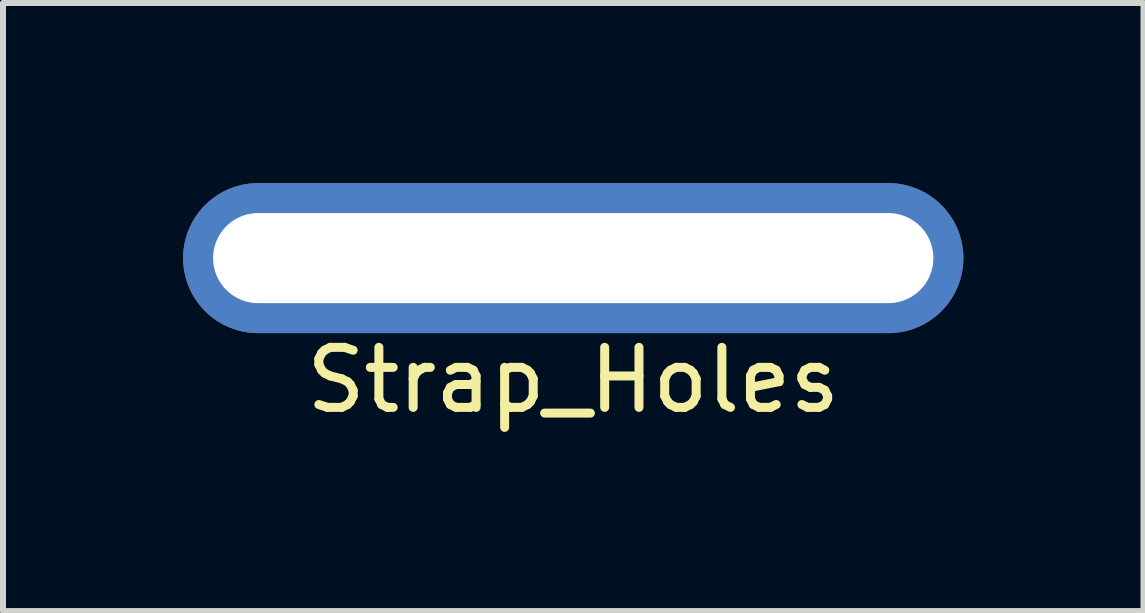
<source format=kicad_pcb>
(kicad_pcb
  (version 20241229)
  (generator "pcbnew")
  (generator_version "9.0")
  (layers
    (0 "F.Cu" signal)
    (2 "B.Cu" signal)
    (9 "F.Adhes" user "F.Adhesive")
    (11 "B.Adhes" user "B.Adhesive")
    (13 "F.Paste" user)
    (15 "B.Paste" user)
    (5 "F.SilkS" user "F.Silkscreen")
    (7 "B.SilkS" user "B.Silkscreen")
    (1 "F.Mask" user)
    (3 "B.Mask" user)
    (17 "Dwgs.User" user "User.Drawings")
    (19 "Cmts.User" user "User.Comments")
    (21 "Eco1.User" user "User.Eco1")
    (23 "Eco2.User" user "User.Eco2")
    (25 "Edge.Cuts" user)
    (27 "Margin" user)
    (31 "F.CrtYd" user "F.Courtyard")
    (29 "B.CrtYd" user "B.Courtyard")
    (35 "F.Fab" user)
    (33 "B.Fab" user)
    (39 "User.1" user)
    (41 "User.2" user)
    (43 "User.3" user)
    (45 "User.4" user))
  (footprint "Strap_Holes"
    (layer "F.Cu")
    (at 6.5 1.25)
    (property "Reference" "Strap_Holes" (at 0 2.032 0) (layer "F.SilkS") (effects (font (size 1 1) (thickness 0.15))))
    (attr through_hole)
    (pad "" np_thru_hole oval (at 0 0) (size 13 2.5) (drill oval 12 1.5) (layers "*.Cu" "*.Mask")))
  (gr_rect
    (start -3 -3)
    (end 16 7.13)
    (stroke (width 0.1) (type default))
    (fill no)
    (layer "Edge.Cuts")))
</source>
